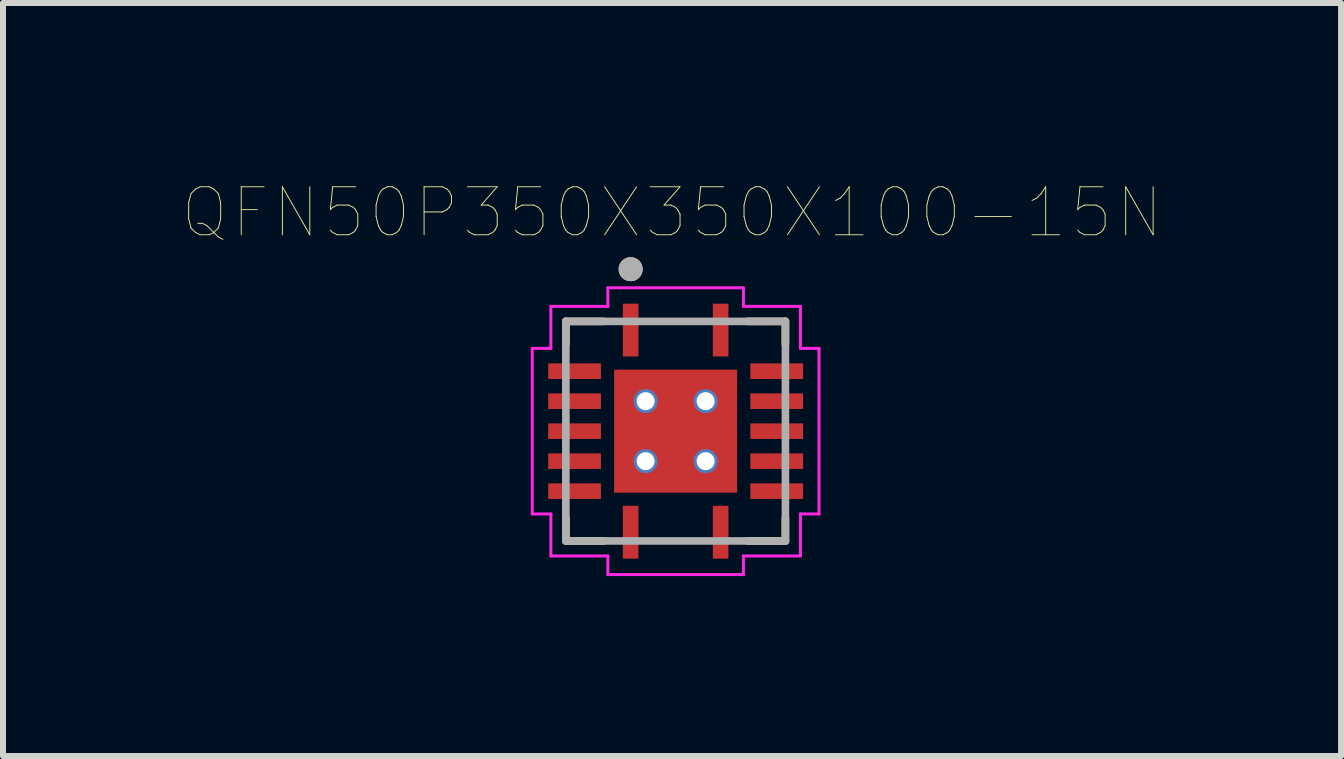
<source format=kicad_pcb>
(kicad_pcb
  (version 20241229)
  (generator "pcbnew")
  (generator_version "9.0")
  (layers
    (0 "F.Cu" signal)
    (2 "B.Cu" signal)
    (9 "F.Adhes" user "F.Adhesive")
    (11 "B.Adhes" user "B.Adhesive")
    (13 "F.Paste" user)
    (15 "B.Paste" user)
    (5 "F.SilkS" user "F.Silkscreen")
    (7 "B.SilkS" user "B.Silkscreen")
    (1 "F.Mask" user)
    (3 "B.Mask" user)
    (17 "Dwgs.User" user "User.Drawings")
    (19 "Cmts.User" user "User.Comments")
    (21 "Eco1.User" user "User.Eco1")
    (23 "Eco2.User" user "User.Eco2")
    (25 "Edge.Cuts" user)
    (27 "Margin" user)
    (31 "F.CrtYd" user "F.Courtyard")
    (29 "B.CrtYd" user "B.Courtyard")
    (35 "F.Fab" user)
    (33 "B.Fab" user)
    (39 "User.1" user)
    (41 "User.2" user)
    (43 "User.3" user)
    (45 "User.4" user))
  (footprint "QFN50P350X350X100-15N"
    (layer "F.Cu")
    (at 8.212 4.137)
    (property "Reference" "QFN50P350X350X100-15N" (at -0.06 -3.643 0) (layer "F.SilkS") (effects (font (size 0.8 0.8) (thickness 0.015))))
    (attr through_hole)
    (fp_line (start -1.83 -1.83) (end -1.83 -1.45) (stroke (width 0.127) (type solid)) (layer "F.SilkS"))
    (fp_line (start -1.83 -1.83) (end -1.2 -1.83) (stroke (width 0.127) (type solid)) (layer "F.SilkS"))
    (fp_line (start -1.83 1.45) (end -1.83 1.83) (stroke (width 0.127) (type solid)) (layer "F.SilkS"))
    (fp_line (start -1.83 1.83) (end -1.2 1.83) (stroke (width 0.127) (type solid)) (layer "F.SilkS"))
    (fp_line (start 1.2 -1.83) (end 1.83 -1.83) (stroke (width 0.127) (type solid)) (layer "F.SilkS"))
    (fp_line (start 1.2 1.83) (end 1.83 1.83) (stroke (width 0.127) (type solid)) (layer "F.SilkS"))
    (fp_line (start 1.83 -1.83) (end 1.83 -1.45) (stroke (width 0.127) (type solid)) (layer "F.SilkS"))
    (fp_line (start 1.83 1.45) (end 1.83 1.83) (stroke (width 0.127) (type solid)) (layer "F.SilkS"))
    (fp_circle (center -0.75 -2.7) (end -0.65 -2.7) (stroke (width 0.2) (type solid)) (fill no) (layer "F.SilkS"))
    (fp_poly (pts (xy -0.83 -0.83) (xy -0.1 -0.83) (xy -0.1 -0.1) (xy -0.83 -0.1)) (stroke (width 0.01) (type solid)) (fill yes) (layer "F.Paste"))
    (fp_poly (pts (xy -0.83 0.1) (xy -0.1 0.1) (xy -0.1 0.83) (xy -0.83 0.83)) (stroke (width 0.01) (type solid)) (fill yes) (layer "F.Paste"))
    (fp_poly (pts (xy 0.1 -0.83) (xy 0.83 -0.83) (xy 0.83 -0.1) (xy 0.1 -0.1)) (stroke (width 0.01) (type solid)) (fill yes) (layer "F.Paste"))
    (fp_poly (pts (xy 0.1 0.1) (xy 0.83 0.1) (xy 0.83 0.83) (xy 0.1 0.83)) (stroke (width 0.01) (type solid)) (fill yes) (layer "F.Paste"))
    (fp_line (start -2.39 -1.38) (end -2.08 -1.38) (stroke (width 0.05) (type solid)) (layer "F.CrtYd"))
    (fp_line (start -2.39 1.38) (end -2.39 -1.38) (stroke (width 0.05) (type solid)) (layer "F.CrtYd"))
    (fp_line (start -2.08 -2.08) (end -1.13 -2.08) (stroke (width 0.05) (type solid)) (layer "F.CrtYd"))
    (fp_line (start -2.08 -1.38) (end -2.08 -2.08) (stroke (width 0.05) (type solid)) (layer "F.CrtYd"))
    (fp_line (start -2.08 1.38) (end -2.39 1.38) (stroke (width 0.05) (type solid)) (layer "F.CrtYd"))
    (fp_line (start -2.08 2.08) (end -2.08 1.38) (stroke (width 0.05) (type solid)) (layer "F.CrtYd"))
    (fp_line (start -1.13 -2.39) (end 1.13 -2.39) (stroke (width 0.05) (type solid)) (layer "F.CrtYd"))
    (fp_line (start -1.13 -2.08) (end -1.13 -2.39) (stroke (width 0.05) (type solid)) (layer "F.CrtYd"))
    (fp_line (start -1.13 2.08) (end -2.08 2.08) (stroke (width 0.05) (type solid)) (layer "F.CrtYd"))
    (fp_line (start -1.13 2.39) (end -1.13 2.08) (stroke (width 0.05) (type solid)) (layer "F.CrtYd"))
    (fp_line (start 1.13 -2.39) (end 1.13 -2.08) (stroke (width 0.05) (type solid)) (layer "F.CrtYd"))
    (fp_line (start 1.13 -2.08) (end 2.08 -2.08) (stroke (width 0.05) (type solid)) (layer "F.CrtYd"))
    (fp_line (start 1.13 2.08) (end 1.13 2.39) (stroke (width 0.05) (type solid)) (layer "F.CrtYd"))
    (fp_line (start 1.13 2.39) (end -1.13 2.39) (stroke (width 0.05) (type solid)) (layer "F.CrtYd"))
    (fp_line (start 2.08 -2.08) (end 2.08 -1.38) (stroke (width 0.05) (type solid)) (layer "F.CrtYd"))
    (fp_line (start 2.08 -1.38) (end 2.39 -1.38) (stroke (width 0.05) (type solid)) (layer "F.CrtYd"))
    (fp_line (start 2.08 1.38) (end 2.08 2.08) (stroke (width 0.05) (type solid)) (layer "F.CrtYd"))
    (fp_line (start 2.08 2.08) (end 1.13 2.08) (stroke (width 0.05) (type solid)) (layer "F.CrtYd"))
    (fp_line (start 2.39 -1.38) (end 2.39 1.38) (stroke (width 0.05) (type solid)) (layer "F.CrtYd"))
    (fp_line (start 2.39 1.38) (end 2.08 1.38) (stroke (width 0.05) (type solid)) (layer "F.CrtYd"))
    (fp_line (start -1.83 -1.83) (end 1.83 -1.83) (stroke (width 0.127) (type solid)) (layer "F.Fab"))
    (fp_line (start -1.83 1.83) (end -1.83 -1.83) (stroke (width 0.127) (type solid)) (layer "F.Fab"))
    (fp_line (start 1.83 -1.83) (end 1.83 1.83) (stroke (width 0.127) (type solid)) (layer "F.Fab"))
    (fp_line (start 1.83 1.83) (end -1.83 1.83) (stroke (width 0.127) (type solid)) (layer "F.Fab"))
    (fp_circle (center -0.75 -2.7) (end -0.65 -2.7) (stroke (width 0.2) (type solid)) (fill no) (layer "F.Fab"))
    (pad "1" smd rect (at -0.75 -1.685) (size 0.26 0.88) (layers "F.Cu" "F.Mask" "F.Paste"))
    (pad "2" smd rect (at -1.685 -1) (size 0.88 0.26) (layers "F.Cu" "F.Mask" "F.Paste"))
    (pad "3" smd rect (at -1.685 -0.5) (size 0.88 0.26) (layers "F.Cu" "F.Mask" "F.Paste"))
    (pad "4" smd rect (at -1.685 0) (size 0.88 0.26) (layers "F.Cu" "F.Mask" "F.Paste"))
    (pad "5" smd rect (at -1.685 0.5) (size 0.88 0.26) (layers "F.Cu" "F.Mask" "F.Paste"))
    (pad "6" smd rect (at -1.685 1) (size 0.88 0.26) (layers "F.Cu" "F.Mask" "F.Paste"))
    (pad "7" smd rect (at -0.75 1.685) (size 0.26 0.88) (layers "F.Cu" "F.Mask" "F.Paste"))
    (pad "8" smd rect (at 0.75 1.685) (size 0.26 0.88) (layers "F.Cu" "F.Mask" "F.Paste"))
    (pad "9" smd rect (at 1.685 1) (size 0.88 0.26) (layers "F.Cu" "F.Mask" "F.Paste"))
    (pad "10" smd rect (at 1.685 0.5) (size 0.88 0.26) (layers "F.Cu" "F.Mask" "F.Paste"))
    (pad "11" smd rect (at 1.685 0) (size 0.88 0.26) (layers "F.Cu" "F.Mask" "F.Paste"))
    (pad "12" smd rect (at 1.685 -0.5) (size 0.88 0.26) (layers "F.Cu" "F.Mask" "F.Paste"))
    (pad "13" smd rect (at 1.685 -1) (size 0.88 0.26) (layers "F.Cu" "F.Mask" "F.Paste"))
    (pad "14" smd rect (at 0.75 -1.685) (size 0.26 0.88) (layers "F.Cu" "F.Mask" "F.Paste"))
    (pad "15" smd rect (at 0 0) (size 2.05 2.05) (layers "F.Cu" "F.Mask"))
    (pad "15_1" thru_hole circle (at 0.5 -0.5) (size 0.4 0.4) (drill 0.3) (layers "*.Cu" "*.Mask"))
    (pad "15_2" thru_hole circle (at -0.5 -0.5) (size 0.4 0.4) (drill 0.3) (layers "*.Cu" "*.Mask"))
    (pad "15_3" thru_hole circle (at -0.5 0.5) (size 0.4 0.4) (drill 0.3) (layers "*.Cu" "*.Mask"))
    (pad "15_4" thru_hole circle (at 0.5 0.5) (size 0.4 0.4) (drill 0.3) (layers "*.Cu" "*.Mask")))
  (gr_rect
    (start -3 -3)
    (end 19.304 9.552)
    (stroke (width 0.1) (type default))
    (fill no)
    (layer "Edge.Cuts")))
</source>
